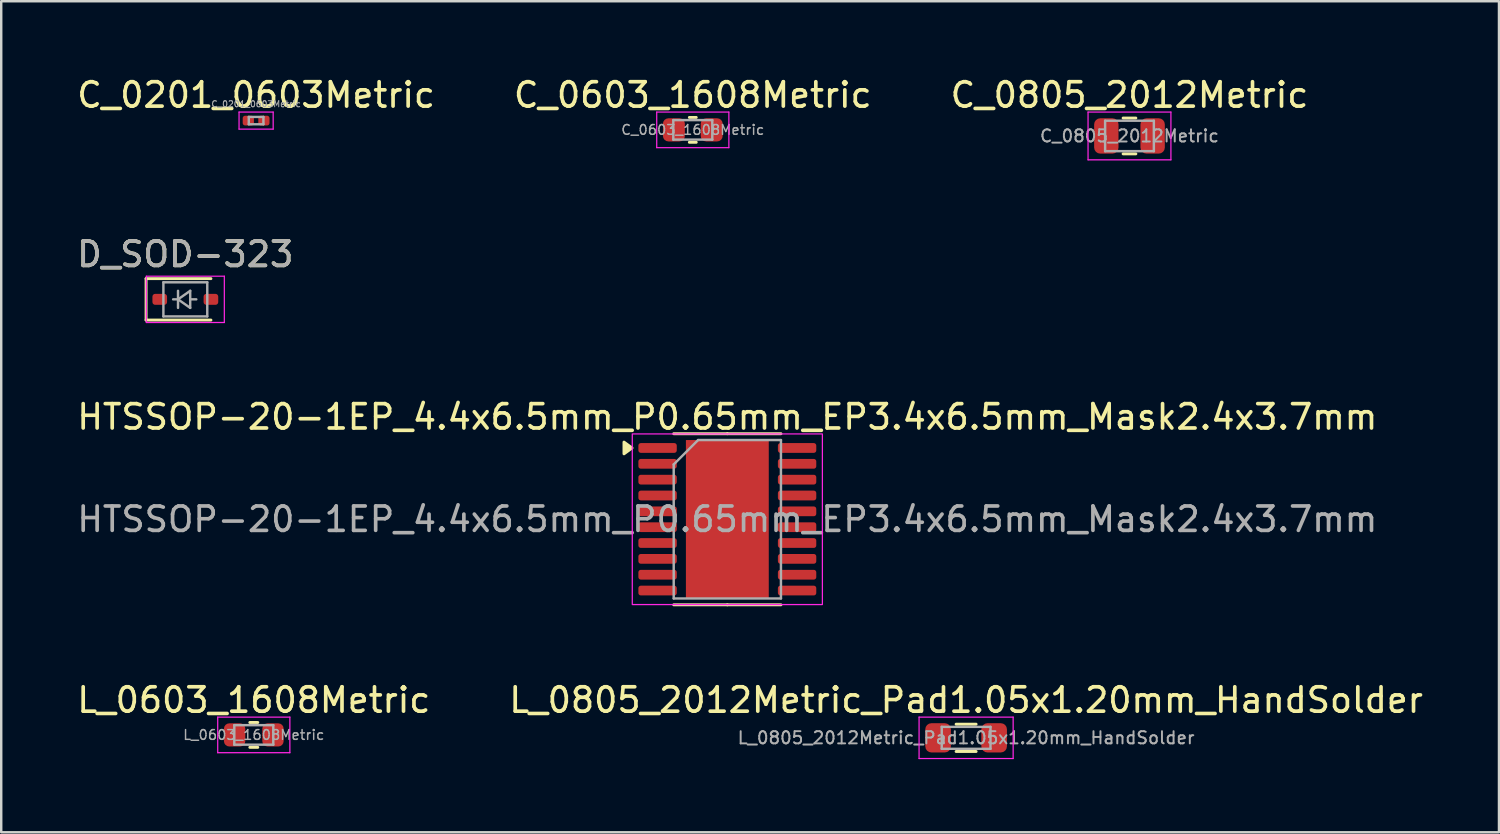
<source format=kicad_pcb>
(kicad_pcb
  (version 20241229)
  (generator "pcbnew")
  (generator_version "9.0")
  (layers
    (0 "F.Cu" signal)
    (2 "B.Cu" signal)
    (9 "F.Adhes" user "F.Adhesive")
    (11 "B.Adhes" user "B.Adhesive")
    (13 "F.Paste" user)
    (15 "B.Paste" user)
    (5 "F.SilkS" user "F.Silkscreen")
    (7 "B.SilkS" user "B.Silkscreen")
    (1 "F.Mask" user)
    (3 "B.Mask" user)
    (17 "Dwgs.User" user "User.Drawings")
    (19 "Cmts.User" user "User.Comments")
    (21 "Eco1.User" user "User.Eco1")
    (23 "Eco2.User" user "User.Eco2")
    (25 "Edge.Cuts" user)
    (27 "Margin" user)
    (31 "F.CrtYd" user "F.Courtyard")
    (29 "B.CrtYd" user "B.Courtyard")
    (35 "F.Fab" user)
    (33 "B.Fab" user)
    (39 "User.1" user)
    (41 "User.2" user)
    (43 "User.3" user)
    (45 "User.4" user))
  (footprint "L_0805_2012Metric_Pad1.05x1.20mm_HandSolder"
    (layer "F.Cu")
    (at 36.589 27.223)
    (property "Reference" "L_0805_2012Metric_Pad1.05x1.20mm_HandSolder" (at 0 -1.55 0) (layer "F.SilkS") (effects (font (size 1 1) (thickness 0.15))))
    (attr smd)
    (fp_line (start -0.41 -0.56) (end 0.41 -0.56) (stroke (width 0.12) (type solid)) (layer "F.SilkS"))
    (fp_line (start -0.41 0.56) (end 0.41 0.56) (stroke (width 0.12) (type solid)) (layer "F.SilkS"))
    (fp_line (start -1.93 -0.85) (end 1.93 -0.85) (stroke (width 0.05) (type solid)) (layer "F.CrtYd"))
    (fp_line (start -1.93 0.85) (end -1.93 -0.85) (stroke (width 0.05) (type solid)) (layer "F.CrtYd"))
    (fp_line (start 1.93 -0.85) (end 1.93 0.85) (stroke (width 0.05) (type solid)) (layer "F.CrtYd"))
    (fp_line (start 1.93 0.85) (end -1.93 0.85) (stroke (width 0.05) (type solid)) (layer "F.CrtYd"))
    (fp_line (start -1 -0.45) (end 1 -0.45) (stroke (width 0.1) (type solid)) (layer "F.Fab"))
    (fp_line (start -1 0.45) (end -1 -0.45) (stroke (width 0.1) (type solid)) (layer "F.Fab"))
    (fp_line (start 1 -0.45) (end 1 0.45) (stroke (width 0.1) (type solid)) (layer "F.Fab"))
    (fp_line (start 1 0.45) (end -1 0.45) (stroke (width 0.1) (type solid)) (layer "F.Fab"))
    (fp_text user "${REFERENCE}" (at 0 0 0) (layer "F.Fab") (effects (font (size 0.5 0.5) (thickness 0.08))))
    (pad "1" smd roundrect (at -1.15 0) (size 1.05 1.2) (layers "F.Cu" "F.Mask" "F.Paste") (roundrect_rratio 0.238))
    (pad "2" smd roundrect (at 1.15 0) (size 1.05 1.2) (layers "F.Cu" "F.Mask" "F.Paste") (roundrect_rratio 0.238)))
  (footprint "D_SOD-323"
    (layer "F.Cu")
    (at 4.554 9.232)
    (property "Reference" "D_SOD-323" (at 0 -1.85 0) (layer "F.SilkS") (effects (font (size 1 1) (thickness 0.15))))
    (attr smd)
    (fp_line (start -1.61 -0.85) (end -1.61 0.85) (stroke (width 0.12) (type solid)) (layer "F.SilkS"))
    (fp_line (start -1.61 -0.85) (end 1.05 -0.85) (stroke (width 0.12) (type solid)) (layer "F.SilkS"))
    (fp_line (start -1.61 0.85) (end 1.05 0.85) (stroke (width 0.12) (type solid)) (layer "F.SilkS"))
    (fp_line (start -1.6 -0.95) (end -1.6 0.95) (stroke (width 0.05) (type solid)) (layer "F.CrtYd"))
    (fp_line (start -1.6 -0.95) (end 1.6 -0.95) (stroke (width 0.05) (type solid)) (layer "F.CrtYd"))
    (fp_line (start -1.6 0.95) (end 1.6 0.95) (stroke (width 0.05) (type solid)) (layer "F.CrtYd"))
    (fp_line (start 1.6 -0.95) (end 1.6 0.95) (stroke (width 0.05) (type solid)) (layer "F.CrtYd"))
    (fp_line (start -0.9 -0.7) (end 0.9 -0.7) (stroke (width 0.1) (type solid)) (layer "F.Fab"))
    (fp_line (start -0.9 0.7) (end -0.9 -0.7) (stroke (width 0.1) (type solid)) (layer "F.Fab"))
    (fp_line (start -0.3 -0.35) (end -0.3 0.35) (stroke (width 0.1) (type solid)) (layer "F.Fab"))
    (fp_line (start -0.3 0) (end -0.5 0) (stroke (width 0.1) (type solid)) (layer "F.Fab"))
    (fp_line (start -0.3 0) (end 0.2 -0.35) (stroke (width 0.1) (type solid)) (layer "F.Fab"))
    (fp_line (start 0.2 -0.35) (end 0.2 0.35) (stroke (width 0.1) (type solid)) (layer "F.Fab"))
    (fp_line (start 0.2 0) (end 0.45 0) (stroke (width 0.1) (type solid)) (layer "F.Fab"))
    (fp_line (start 0.2 0.35) (end -0.3 0) (stroke (width 0.1) (type solid)) (layer "F.Fab"))
    (fp_line (start 0.9 -0.7) (end 0.9 0.7) (stroke (width 0.1) (type solid)) (layer "F.Fab"))
    (fp_line (start 0.9 0.7) (end -0.9 0.7) (stroke (width 0.1) (type solid)) (layer "F.Fab"))
    (fp_text user "${REFERENCE}" (at 0 -1.85 0) (layer "F.Fab") (effects (font (size 1 1) (thickness 0.15))))
    (pad "1" smd roundrect (at -1.05 0) (size 0.6 0.45) (layers "F.Cu" "F.Mask" "F.Paste") (roundrect_rratio 0.25))
    (pad "2" smd roundrect (at 1.05 0) (size 0.6 0.45) (layers "F.Cu" "F.Mask" "F.Paste") (roundrect_rratio 0.25)))
  (footprint "C_0805_2012Metric"
    (layer "F.Cu")
    (at 43.292 2.528)
    (property "Reference" "C_0805_2012Metric" (at 0 -1.68 0) (layer "F.SilkS") (effects (font (size 1 1) (thickness 0.15))))
    (attr smd)
    (fp_line (start -0.261 -0.735) (end 0.261 -0.735) (stroke (width 0.12) (type solid)) (layer "F.SilkS"))
    (fp_line (start -0.261 0.735) (end 0.261 0.735) (stroke (width 0.12) (type solid)) (layer "F.SilkS"))
    (fp_line (start -1.7 -0.98) (end 1.7 -0.98) (stroke (width 0.05) (type solid)) (layer "F.CrtYd"))
    (fp_line (start -1.7 0.98) (end -1.7 -0.98) (stroke (width 0.05) (type solid)) (layer "F.CrtYd"))
    (fp_line (start 1.7 -0.98) (end 1.7 0.98) (stroke (width 0.05) (type solid)) (layer "F.CrtYd"))
    (fp_line (start 1.7 0.98) (end -1.7 0.98) (stroke (width 0.05) (type solid)) (layer "F.CrtYd"))
    (fp_line (start -1 -0.625) (end 1 -0.625) (stroke (width 0.1) (type solid)) (layer "F.Fab"))
    (fp_line (start -1 0.625) (end -1 -0.625) (stroke (width 0.1) (type solid)) (layer "F.Fab"))
    (fp_line (start 1 -0.625) (end 1 0.625) (stroke (width 0.1) (type solid)) (layer "F.Fab"))
    (fp_line (start 1 0.625) (end -1 0.625) (stroke (width 0.1) (type solid)) (layer "F.Fab"))
    (fp_text user "${REFERENCE}" (at 0 0 0) (layer "F.Fab") (effects (font (size 0.5 0.5) (thickness 0.08))))
    (pad "1" smd roundrect (at -0.95 0) (size 1 1.45) (layers "F.Cu" "F.Mask" "F.Paste") (roundrect_rratio 0.25))
    (pad "2" smd roundrect (at 0.95 0) (size 1 1.45) (layers "F.Cu" "F.Mask" "F.Paste") (roundrect_rratio 0.25)))
  (footprint "L_0603_1608Metric"
    (layer "F.Cu")
    (at 7.363 27.103)
    (property "Reference" "L_0603_1608Metric" (at 0 -1.43 0) (layer "F.SilkS") (effects (font (size 1 1) (thickness 0.15))))
    (attr smd)
    (fp_line (start -0.163 -0.51) (end 0.163 -0.51) (stroke (width 0.12) (type solid)) (layer "F.SilkS"))
    (fp_line (start -0.163 0.51) (end 0.163 0.51) (stroke (width 0.12) (type solid)) (layer "F.SilkS"))
    (fp_line (start -1.48 -0.73) (end 1.48 -0.73) (stroke (width 0.05) (type solid)) (layer "F.CrtYd"))
    (fp_line (start -1.48 0.73) (end -1.48 -0.73) (stroke (width 0.05) (type solid)) (layer "F.CrtYd"))
    (fp_line (start 1.48 -0.73) (end 1.48 0.73) (stroke (width 0.05) (type solid)) (layer "F.CrtYd"))
    (fp_line (start 1.48 0.73) (end -1.48 0.73) (stroke (width 0.05) (type solid)) (layer "F.CrtYd"))
    (fp_line (start -0.8 -0.4) (end 0.8 -0.4) (stroke (width 0.1) (type solid)) (layer "F.Fab"))
    (fp_line (start -0.8 0.4) (end -0.8 -0.4) (stroke (width 0.1) (type solid)) (layer "F.Fab"))
    (fp_line (start 0.8 -0.4) (end 0.8 0.4) (stroke (width 0.1) (type solid)) (layer "F.Fab"))
    (fp_line (start 0.8 0.4) (end -0.8 0.4) (stroke (width 0.1) (type solid)) (layer "F.Fab"))
    (fp_text user "${REFERENCE}" (at 0 0 0) (layer "F.Fab") (effects (font (size 0.4 0.4) (thickness 0.06))))
    (pad "1" smd roundrect (at -0.787 0) (size 0.875 0.95) (layers "F.Cu" "F.Mask" "F.Paste") (roundrect_rratio 0.25))
    (pad "2" smd roundrect (at 0.787 0) (size 0.875 0.95) (layers "F.Cu" "F.Mask" "F.Paste") (roundrect_rratio 0.25)))
  (footprint "C_0201_0603Metric"
    (layer "F.Cu")
    (at 7.458 1.898)
    (property "Reference" "C_0201_0603Metric" (at 0 -1.05 0) (layer "F.SilkS") (effects (font (size 1 1) (thickness 0.15))))
    (attr smd)
    (fp_line (start -0.7 -0.35) (end 0.7 -0.35) (stroke (width 0.05) (type solid)) (layer "F.CrtYd"))
    (fp_line (start -0.7 0.35) (end -0.7 -0.35) (stroke (width 0.05) (type solid)) (layer "F.CrtYd"))
    (fp_line (start 0.7 -0.35) (end 0.7 0.35) (stroke (width 0.05) (type solid)) (layer "F.CrtYd"))
    (fp_line (start 0.7 0.35) (end -0.7 0.35) (stroke (width 0.05) (type solid)) (layer "F.CrtYd"))
    (fp_line (start -0.3 -0.15) (end 0.3 -0.15) (stroke (width 0.1) (type solid)) (layer "F.Fab"))
    (fp_line (start -0.3 0.15) (end -0.3 -0.15) (stroke (width 0.1) (type solid)) (layer "F.Fab"))
    (fp_line (start 0.3 -0.15) (end 0.3 0.15) (stroke (width 0.1) (type solid)) (layer "F.Fab"))
    (fp_line (start 0.3 0.15) (end -0.3 0.15) (stroke (width 0.1) (type solid)) (layer "F.Fab"))
    (fp_text user "${REFERENCE}" (at 0 -0.68 0) (layer "F.Fab") (effects (font (size 0.25 0.25) (thickness 0.04))))
    (pad "" smd roundrect (at -0.345 0) (size 0.318 0.36) (layers "F.Paste") (roundrect_rratio 0.25))
    (pad "" smd roundrect (at 0.345 0) (size 0.318 0.36) (layers "F.Paste") (roundrect_rratio 0.25))
    (pad "1" smd roundrect (at -0.32 0) (size 0.46 0.4) (layers "F.Cu" "F.Mask") (roundrect_rratio 0.25))
    (pad "2" smd roundrect (at 0.32 0) (size 0.46 0.4) (layers "F.Cu" "F.Mask") (roundrect_rratio 0.25)))
  (footprint "HTSSOP-20-1EP_4.4x6.5mm_P0.65mm_EP3.4x6.5mm_Mask2.4x3.7mm"
    (layer "F.Cu")
    (at 26.792 18.255)
    (property "Reference" "HTSSOP-20-1EP_4.4x6.5mm_P0.65mm_EP3.4x6.5mm_Mask2.4x3.7mm" (at 0 -4.2 0) (layer "F.SilkS") (effects (font (size 1 1) (thickness 0.15))))
    (attr smd)
    (fp_line (start 0 -3.51) (end -2.2 -3.51) (stroke (width 0.12) (type solid)) (layer "F.SilkS"))
    (fp_line (start 0 -3.51) (end 2.2 -3.51) (stroke (width 0.12) (type solid)) (layer "F.SilkS"))
    (fp_line (start 0 3.51) (end -2.2 3.51) (stroke (width 0.12) (type solid)) (layer "F.SilkS"))
    (fp_line (start 0 3.51) (end 2.2 3.51) (stroke (width 0.12) (type solid)) (layer "F.SilkS"))
    (fp_poly (pts (xy -3.91 -2.925) (xy -4.24 -2.685) (xy -4.24 -3.165)) (stroke (width 0.12) (type solid)) (fill yes) (layer "F.SilkS"))
    (fp_rect (start -3.9 -3.5) (end 3.9 3.5) (stroke (width 0.05) (type solid)) (fill no) (layer "F.CrtYd"))
    (fp_line (start -2.2 -2.25) (end -1.2 -3.25) (stroke (width 0.1) (type solid)) (layer "F.Fab"))
    (fp_line (start -2.2 3.25) (end -2.2 -2.25) (stroke (width 0.1) (type solid)) (layer "F.Fab"))
    (fp_line (start -1.2 -3.25) (end 2.2 -3.25) (stroke (width 0.1) (type solid)) (layer "F.Fab"))
    (fp_line (start 2.2 -3.25) (end 2.2 3.25) (stroke (width 0.1) (type solid)) (layer "F.Fab"))
    (fp_line (start 2.2 3.25) (end -2.2 3.25) (stroke (width 0.1) (type solid)) (layer "F.Fab"))
    (fp_text user "${REFERENCE}" (at 0 0 0) (layer "F.Fab") (effects (font (size 1 1) (thickness 0.15))))
    (pad "" smd roundrect (at 0 -0.925) (size 1.93 1.49) (layers "F.Paste") (roundrect_rratio 0.168))
    (pad "" smd rect (at 0 0) (size 2.4 3.7) (layers "F.Mask"))
    (pad "" smd roundrect (at 0 0.925) (size 1.93 1.49) (layers "F.Paste") (roundrect_rratio 0.168))
    (pad "1" smd roundrect (at -2.862 -2.925) (size 1.575 0.4) (layers "F.Cu" "F.Mask" "F.Paste") (roundrect_rratio 0.25))
    (pad "2" smd roundrect (at -2.862 -2.275) (size 1.575 0.4) (layers "F.Cu" "F.Mask" "F.Paste") (roundrect_rratio 0.25))
    (pad "3" smd roundrect (at -2.862 -1.625) (size 1.575 0.4) (layers "F.Cu" "F.Mask" "F.Paste") (roundrect_rratio 0.25))
    (pad "4" smd roundrect (at -2.862 -0.975) (size 1.575 0.4) (layers "F.Cu" "F.Mask" "F.Paste") (roundrect_rratio 0.25))
    (pad "5" smd roundrect (at -2.862 -0.325) (size 1.575 0.4) (layers "F.Cu" "F.Mask" "F.Paste") (roundrect_rratio 0.25))
    (pad "6" smd roundrect (at -2.862 0.325) (size 1.575 0.4) (layers "F.Cu" "F.Mask" "F.Paste") (roundrect_rratio 0.25))
    (pad "7" smd roundrect (at -2.862 0.975) (size 1.575 0.4) (layers "F.Cu" "F.Mask" "F.Paste") (roundrect_rratio 0.25))
    (pad "8" smd roundrect (at -2.862 1.625) (size 1.575 0.4) (layers "F.Cu" "F.Mask" "F.Paste") (roundrect_rratio 0.25))
    (pad "9" smd roundrect (at -2.862 2.275) (size 1.575 0.4) (layers "F.Cu" "F.Mask" "F.Paste") (roundrect_rratio 0.25))
    (pad "10" smd roundrect (at -2.862 2.925) (size 1.575 0.4) (layers "F.Cu" "F.Mask" "F.Paste") (roundrect_rratio 0.25))
    (pad "11" smd roundrect (at 2.862 2.925) (size 1.575 0.4) (layers "F.Cu" "F.Mask" "F.Paste") (roundrect_rratio 0.25))
    (pad "12" smd roundrect (at 2.862 2.275) (size 1.575 0.4) (layers "F.Cu" "F.Mask" "F.Paste") (roundrect_rratio 0.25))
    (pad "13" smd roundrect (at 2.862 1.625) (size 1.575 0.4) (layers "F.Cu" "F.Mask" "F.Paste") (roundrect_rratio 0.25))
    (pad "14" smd roundrect (at 2.862 0.975) (size 1.575 0.4) (layers "F.Cu" "F.Mask" "F.Paste") (roundrect_rratio 0.25))
    (pad "15" smd roundrect (at 2.862 0.325) (size 1.575 0.4) (layers "F.Cu" "F.Mask" "F.Paste") (roundrect_rratio 0.25))
    (pad "16" smd roundrect (at 2.862 -0.325) (size 1.575 0.4) (layers "F.Cu" "F.Mask" "F.Paste") (roundrect_rratio 0.25))
    (pad "17" smd roundrect (at 2.862 -0.975) (size 1.575 0.4) (layers "F.Cu" "F.Mask" "F.Paste") (roundrect_rratio 0.25))
    (pad "18" smd roundrect (at 2.862 -1.625) (size 1.575 0.4) (layers "F.Cu" "F.Mask" "F.Paste") (roundrect_rratio 0.25))
    (pad "19" smd roundrect (at 2.862 -2.275) (size 1.575 0.4) (layers "F.Cu" "F.Mask" "F.Paste") (roundrect_rratio 0.25))
    (pad "20" smd roundrect (at 2.862 -2.925) (size 1.575 0.4) (layers "F.Cu" "F.Mask" "F.Paste") (roundrect_rratio 0.25))
    (pad "21" smd rect (at 0 0) (size 3.4 6.5) (property pad_prop_heatsink) (layers "F.Cu")))
  (footprint "C_0603_1608Metric"
    (layer "F.Cu")
    (at 25.375 2.278)
    (property "Reference" "C_0603_1608Metric" (at 0 -1.43 0) (layer "F.SilkS") (effects (font (size 1 1) (thickness 0.15))))
    (attr smd)
    (fp_line (start -0.141 -0.51) (end 0.141 -0.51) (stroke (width 0.12) (type solid)) (layer "F.SilkS"))
    (fp_line (start -0.141 0.51) (end 0.141 0.51) (stroke (width 0.12) (type solid)) (layer "F.SilkS"))
    (fp_line (start -1.48 -0.73) (end 1.48 -0.73) (stroke (width 0.05) (type solid)) (layer "F.CrtYd"))
    (fp_line (start -1.48 0.73) (end -1.48 -0.73) (stroke (width 0.05) (type solid)) (layer "F.CrtYd"))
    (fp_line (start 1.48 -0.73) (end 1.48 0.73) (stroke (width 0.05) (type solid)) (layer "F.CrtYd"))
    (fp_line (start 1.48 0.73) (end -1.48 0.73) (stroke (width 0.05) (type solid)) (layer "F.CrtYd"))
    (fp_line (start -0.8 -0.4) (end 0.8 -0.4) (stroke (width 0.1) (type solid)) (layer "F.Fab"))
    (fp_line (start -0.8 0.4) (end -0.8 -0.4) (stroke (width 0.1) (type solid)) (layer "F.Fab"))
    (fp_line (start 0.8 -0.4) (end 0.8 0.4) (stroke (width 0.1) (type solid)) (layer "F.Fab"))
    (fp_line (start 0.8 0.4) (end -0.8 0.4) (stroke (width 0.1) (type solid)) (layer "F.Fab"))
    (fp_text user "${REFERENCE}" (at 0 0 0) (layer "F.Fab") (effects (font (size 0.4 0.4) (thickness 0.06))))
    (pad "1" smd roundrect (at -0.775 0) (size 0.9 0.95) (layers "F.Cu" "F.Mask" "F.Paste") (roundrect_rratio 0.25))
    (pad "2" smd roundrect (at 0.775 0) (size 0.9 0.95) (layers "F.Cu" "F.Mask" "F.Paste") (roundrect_rratio 0.25)))
  (gr_rect
    (start -3 -3)
    (end 58.452 31.098)
    (stroke (width 0.1) (type default))
    (fill no)
    (layer "Edge.Cuts")))
</source>
